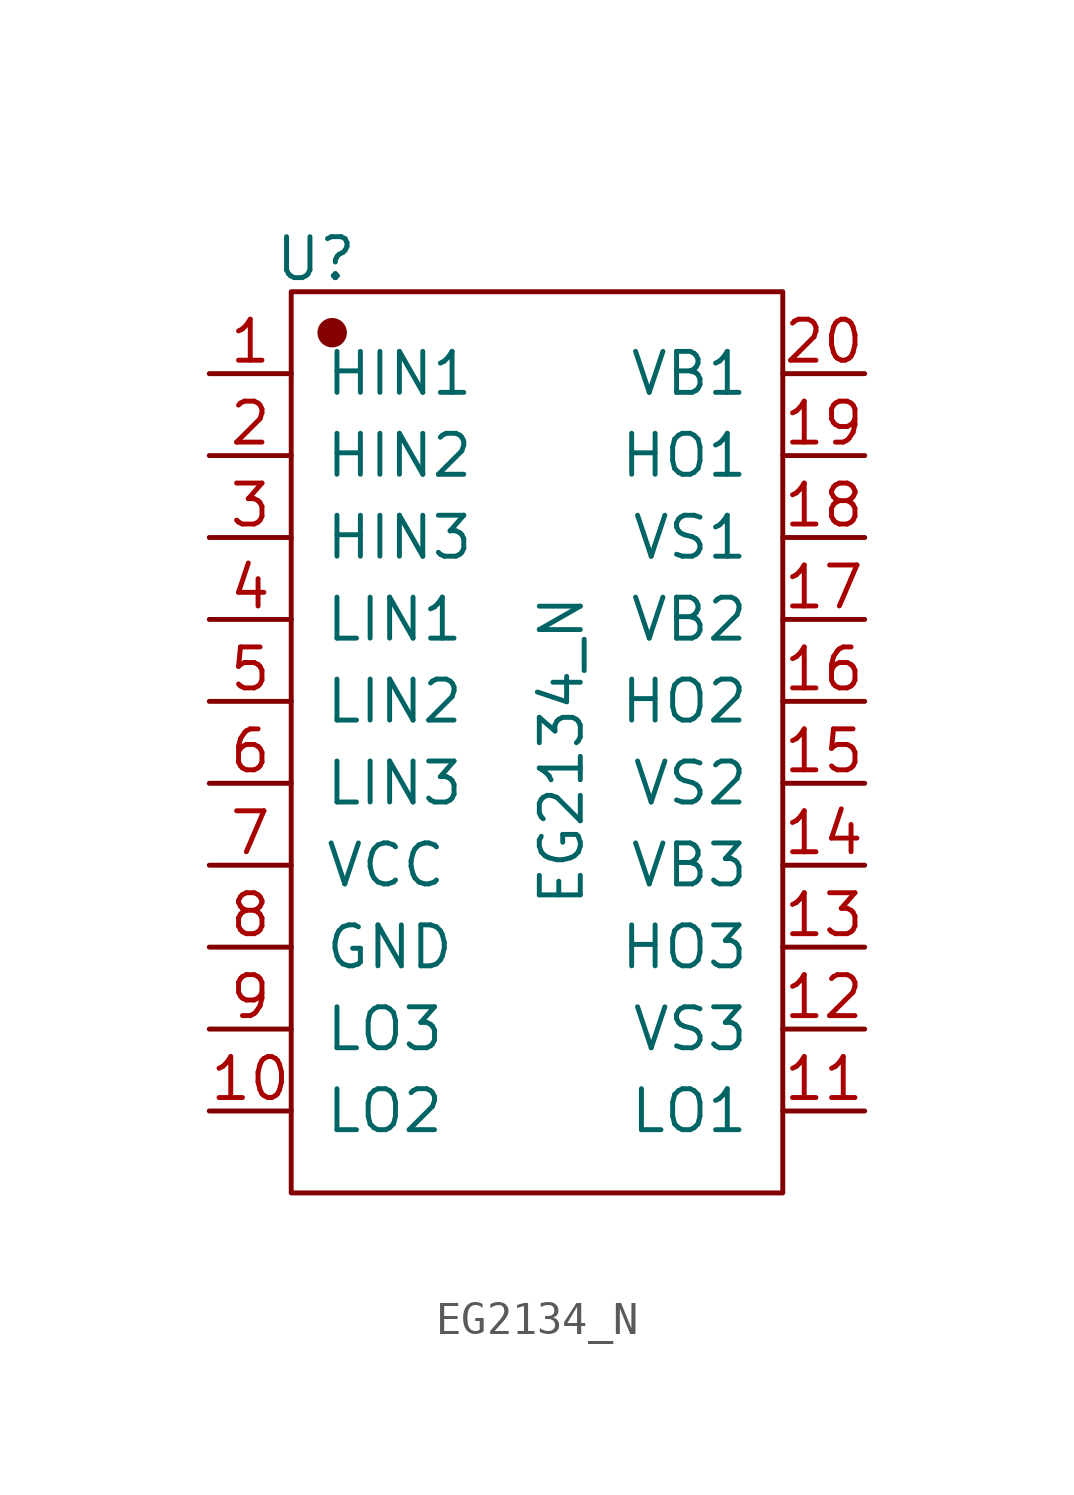
<source format=kicad_sym>
(kicad_symbol_lib
  (version 20231120)
  (generator "kicad_symbol_editor")
  (generator_version "8.0")
  (symbol "EG2134_N"
    (pin_names
      (offset 1.016))
    (property "Reference" "U"
      (at -6.858 14.986 0)
      (effects (font (size 1.27 1.27))))
    (property "Value" "EG2134_N"
      (at 0.762 -0.254 90)
      (effects (font (size 1.27 1.27))))
    (symbol "EG2134_N_1_1"
      (rectangle (start -7.62 13.97) (end 7.62 -13.97) (stroke (width 0.152) (type solid)) (fill (type none)))
      (circle (center -6.35 12.7) (radius 0.381) (stroke (width 0.152) (type solid)) (fill (type outline)))
      (pin input line (at -10.16 11.43 0) (length 2.54) (name "HIN1" (effects (font (size 1.27 1.27)))) (number "1" (effects (font (size 1.27 1.27)))))
      (pin input line (at -10.16 -11.43 0) (length 2.54) (name "LO2" (effects (font (size 1.27 1.27)))) (number "10" (effects (font (size 1.27 1.27)))))
      (pin input line (at 10.16 -11.43 180) (length 2.54) (name "LO1" (effects (font (size 1.27 1.27)))) (number "11" (effects (font (size 1.27 1.27)))))
      (pin input line (at 10.16 -8.89 180) (length 2.54) (name "VS3" (effects (font (size 1.27 1.27)))) (number "12" (effects (font (size 1.27 1.27)))))
      (pin input line (at 10.16 -6.35 180) (length 2.54) (name "HO3" (effects (font (size 1.27 1.27)))) (number "13" (effects (font (size 1.27 1.27)))))
      (pin input line (at 10.16 -3.81 180) (length 2.54) (name "VB3" (effects (font (size 1.27 1.27)))) (number "14" (effects (font (size 1.27 1.27)))))
      (pin input line (at 10.16 -1.27 180) (length 2.54) (name "VS2" (effects (font (size 1.27 1.27)))) (number "15" (effects (font (size 1.27 1.27)))))
      (pin input line (at 10.16 1.27 180) (length 2.54) (name "HO2" (effects (font (size 1.27 1.27)))) (number "16" (effects (font (size 1.27 1.27)))))
      (pin input line (at 10.16 3.81 180) (length 2.54) (name "VB2" (effects (font (size 1.27 1.27)))) (number "17" (effects (font (size 1.27 1.27)))))
      (pin input line (at 10.16 6.35 180) (length 2.54) (name "VS1" (effects (font (size 1.27 1.27)))) (number "18" (effects (font (size 1.27 1.27)))))
      (pin input line (at 10.16 8.89 180) (length 2.54) (name "HO1" (effects (font (size 1.27 1.27)))) (number "19" (effects (font (size 1.27 1.27)))))
      (pin input line (at -10.16 8.89 0) (length 2.54) (name "HIN2" (effects (font (size 1.27 1.27)))) (number "2" (effects (font (size 1.27 1.27)))))
      (pin input line (at 10.16 11.43 180) (length 2.54) (name "VB1" (effects (font (size 1.27 1.27)))) (number "20" (effects (font (size 1.27 1.27)))))
      (pin input line (at -10.16 6.35 0) (length 2.54) (name "HIN3" (effects (font (size 1.27 1.27)))) (number "3" (effects (font (size 1.27 1.27)))))
      (pin input line (at -10.16 3.81 0) (length 2.54) (name "LIN1" (effects (font (size 1.27 1.27)))) (number "4" (effects (font (size 1.27 1.27)))))
      (pin input line (at -10.16 1.27 0) (length 2.54) (name "LIN2" (effects (font (size 1.27 1.27)))) (number "5" (effects (font (size 1.27 1.27)))))
      (pin input line (at -10.16 -1.27 0) (length 2.54) (name "LIN3" (effects (font (size 1.27 1.27)))) (number "6" (effects (font (size 1.27 1.27)))))
      (pin input line (at -10.16 -3.81 0) (length 2.54) (name "VCC" (effects (font (size 1.27 1.27)))) (number "7" (effects (font (size 1.27 1.27)))))
      (pin input line (at -10.16 -6.35 0) (length 2.54) (name "GND" (effects (font (size 1.27 1.27)))) (number "8" (effects (font (size 1.27 1.27)))))
      (pin input line (at -10.16 -8.89 0) (length 2.54) (name "LO3" (effects (font (size 1.27 1.27)))) (number "9" (effects (font (size 1.27 1.27))))))))
</source>
